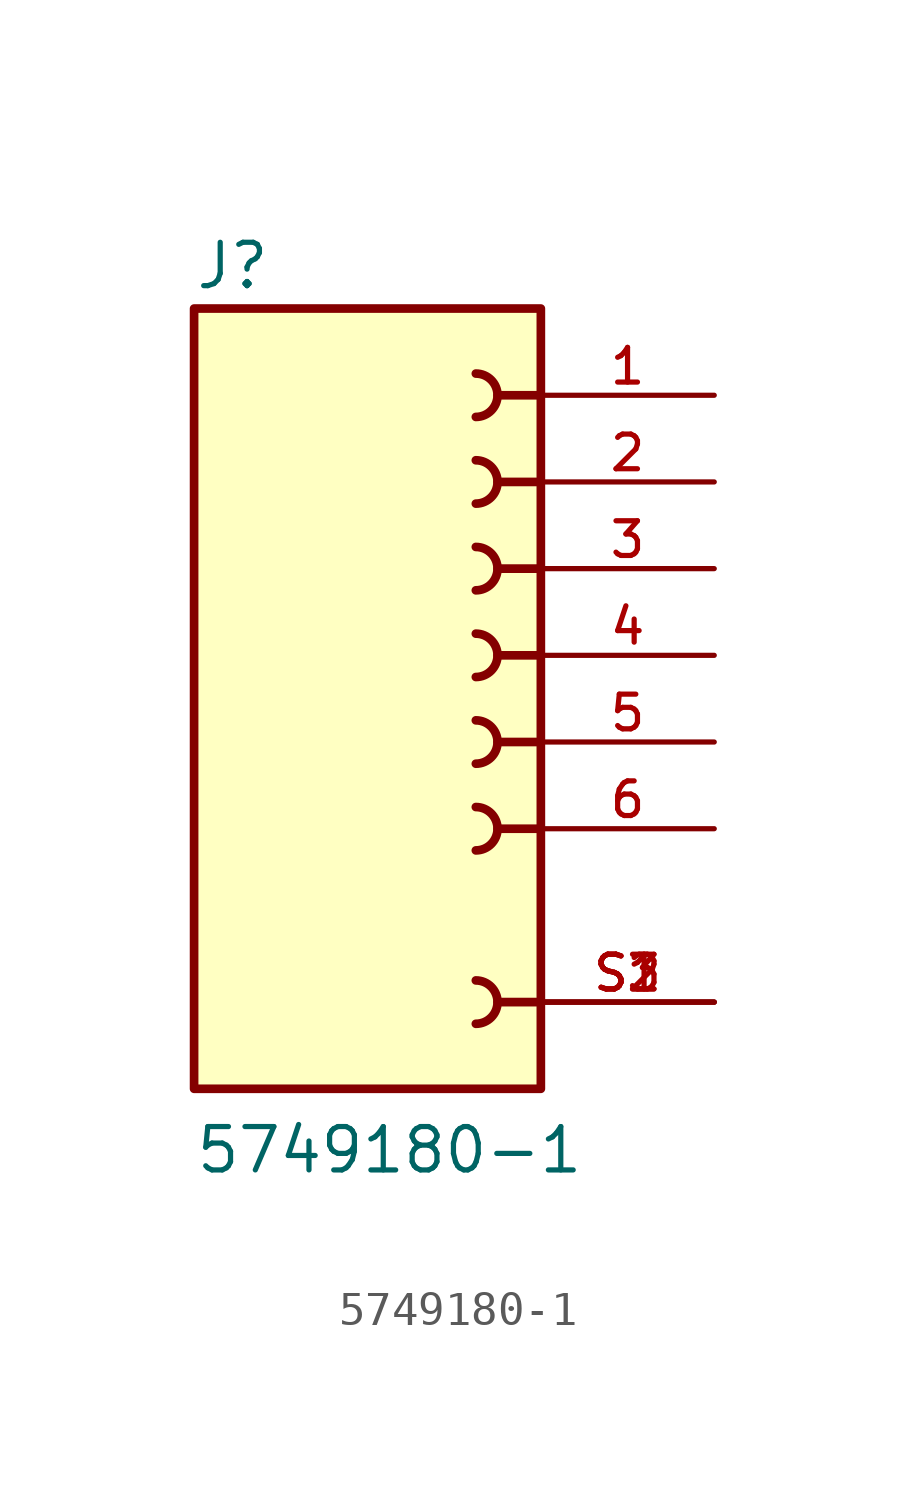
<source format=kicad_sym>
(kicad_symbol_lib
  (version 20211014)
  (generator kicad_symbol_editor)
  (symbol "5749180-1"
    (pin_names
      (offset 1.016))
    (property "Reference" "J"
      (at -5.08 10.668 0)
      (effects (font (size 1.27 1.27)) (justify bottom left)))
    (property "Value" "5749180-1"
      (at -5.08 -15.24 0)
      (effects (font (size 1.27 1.27)) (justify bottom left)))
    (symbol "5749180-1_0_0"
      (polyline (pts (xy 5.08 7.62) (xy 3.81 7.62)) (stroke (width 0.254)))
      (arc (start 3.175 6.985) (mid 3.81 7.62) (end 3.175 8.255) (stroke (width 0.254) (type default) (color 0 0 0 0)) (fill (type none)))
      (polyline (pts (xy 5.08 5.08) (xy 3.81 5.08)) (stroke (width 0.254)))
      (arc (start 3.175 4.445) (mid 3.81 5.08) (end 3.175 5.715) (stroke (width 0.254) (type default) (color 0 0 0 0)) (fill (type none)))
      (polyline (pts (xy 5.08 2.54) (xy 3.81 2.54)) (stroke (width 0.254)))
      (arc (start 3.175 1.905) (mid 3.81 2.54) (end 3.175 3.175) (stroke (width 0.254) (type default) (color 0 0 0 0)) (fill (type none)))
      (polyline (pts (xy 5.08 0.0) (xy 3.81 0.0)) (stroke (width 0.254)))
      (arc (start 3.175 -0.635) (mid 3.81 0.0) (end 3.175 0.635) (stroke (width 0.254) (type default) (color 0 0 0 0)) (fill (type none)))
      (polyline (pts (xy 5.08 -2.54) (xy 3.81 -2.54)) (stroke (width 0.254)))
      (arc (start 3.175 -3.175) (mid 3.81 -2.54) (end 3.175 -1.905) (stroke (width 0.254) (type default) (color 0 0 0 0)) (fill (type none)))
      (polyline (pts (xy 5.08 -5.08) (xy 3.81 -5.08)) (stroke (width 0.254)))
      (arc (start 3.175 -5.715) (mid 3.81 -5.08) (end 3.175 -4.445) (stroke (width 0.254) (type default) (color 0 0 0 0)) (fill (type none)))
      (polyline (pts (xy 5.08 -10.16) (xy 3.81 -10.16)) (stroke (width 0.254)))
      (arc (start 3.175 -10.795) (mid 3.81 -10.16) (end 3.175 -9.525) (stroke (width 0.254) (type default) (color 0 0 0 0)) (fill (type none)))
      (rectangle (start -5.08 -12.7) (end 5.08 10.16) (stroke (width 0.254)) (fill (type background)))
      (pin passive line (at 10.16 7.62 180.0) (length 5.08) (name "~" (effects (font (size 1.016 1.016)))) (number "1" (effects (font (size 1.016 1.016)))))
      (pin passive line (at 10.16 5.08 180.0) (length 5.08) (name "~" (effects (font (size 1.016 1.016)))) (number "2" (effects (font (size 1.016 1.016)))))
      (pin passive line (at 10.16 2.54 180.0) (length 5.08) (name "~" (effects (font (size 1.016 1.016)))) (number "3" (effects (font (size 1.016 1.016)))))
      (pin passive line (at 10.16 0.0 180.0) (length 5.08) (name "~" (effects (font (size 1.016 1.016)))) (number "4" (effects (font (size 1.016 1.016)))))
      (pin passive line (at 10.16 -2.54 180.0) (length 5.08) (name "~" (effects (font (size 1.016 1.016)))) (number "5" (effects (font (size 1.016 1.016)))))
      (pin passive line (at 10.16 -5.08 180.0) (length 5.08) (name "~" (effects (font (size 1.016 1.016)))) (number "6" (effects (font (size 1.016 1.016)))))
      (pin passive line (at 10.16 -10.16 180.0) (length 5.08) (name "~" (effects (font (size 1.016 1.016)))) (number "S1" (effects (font (size 1.016 1.016)))))
      (pin passive line (at 10.16 -10.16 180.0) (length 5.08) (name "~" (effects (font (size 1.016 1.016)))) (number "S2" (effects (font (size 1.016 1.016)))))
      (pin passive line (at 10.16 -10.16 180.0) (length 5.08) (name "~" (effects (font (size 1.016 1.016)))) (number "S3" (effects (font (size 1.016 1.016))))))))
</source>
